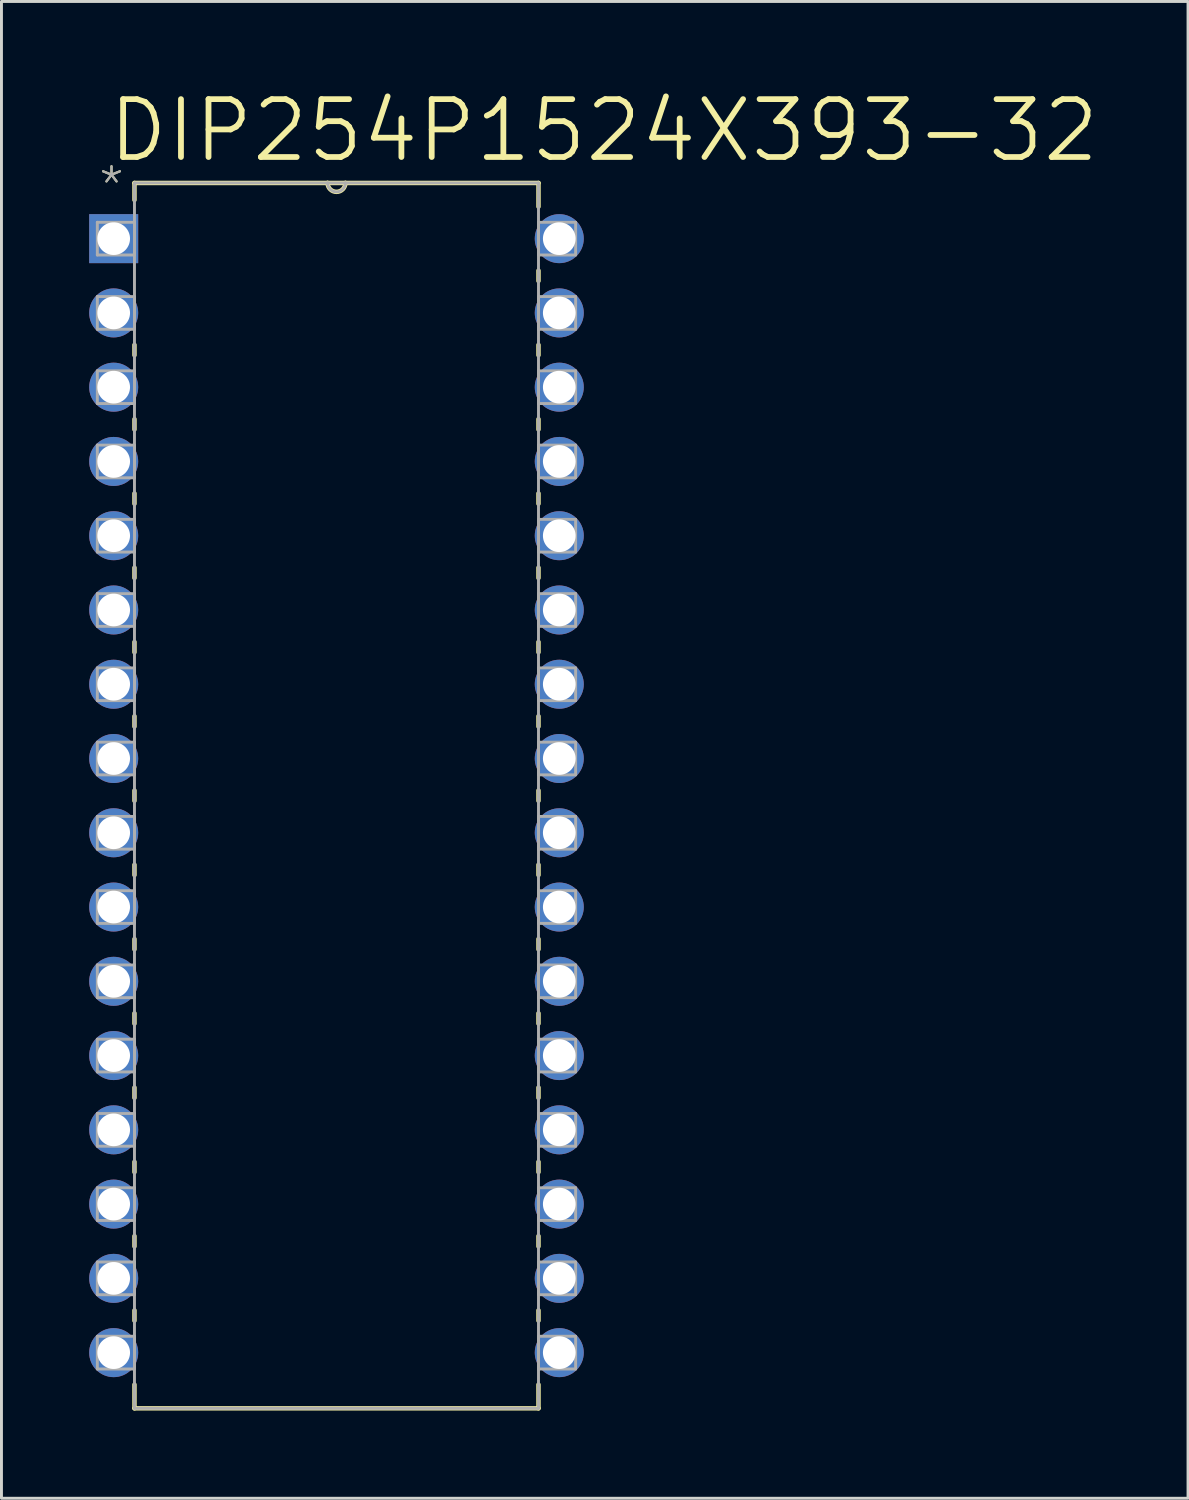
<source format=kicad_pcb>
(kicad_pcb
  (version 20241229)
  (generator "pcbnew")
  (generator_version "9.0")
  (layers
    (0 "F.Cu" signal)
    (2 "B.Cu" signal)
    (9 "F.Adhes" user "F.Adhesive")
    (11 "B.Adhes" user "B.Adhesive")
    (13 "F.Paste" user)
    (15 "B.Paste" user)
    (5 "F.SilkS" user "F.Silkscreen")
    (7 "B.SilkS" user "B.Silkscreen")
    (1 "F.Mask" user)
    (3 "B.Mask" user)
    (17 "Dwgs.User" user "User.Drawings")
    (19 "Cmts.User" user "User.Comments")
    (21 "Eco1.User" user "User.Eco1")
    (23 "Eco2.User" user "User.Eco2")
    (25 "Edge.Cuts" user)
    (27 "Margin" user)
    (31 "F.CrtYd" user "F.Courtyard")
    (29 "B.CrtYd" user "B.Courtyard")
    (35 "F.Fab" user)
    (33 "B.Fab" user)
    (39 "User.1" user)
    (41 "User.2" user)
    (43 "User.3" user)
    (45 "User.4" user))
  (footprint "DIP254P1524X393-32"
    (layer "F.Cu")
    (at 16.078 43.212)
    (property "Reference" "DIP254P1524X393-32" (at -15.519 -40.64 0) (layer "F.SilkS") (effects (font (size 1.979 1.979) (thickness 0.198)) (justify left bottom)))
    (attr through_hole)
    (fp_line (start -14.529 -40.005) (end -14.529 -39.421) (stroke (width 0.152) (type solid)) (layer "F.SilkS"))
    (fp_line (start -14.529 -34.468) (end -14.529 -34.112) (stroke (width 0.152) (type solid)) (layer "F.SilkS"))
    (fp_line (start -14.529 -31.928) (end -14.529 -31.572) (stroke (width 0.152) (type solid)) (layer "F.SilkS"))
    (fp_line (start -14.529 -29.388) (end -14.529 -29.032) (stroke (width 0.152) (type solid)) (layer "F.SilkS"))
    (fp_line (start -14.529 -26.848) (end -14.529 -26.492) (stroke (width 0.152) (type solid)) (layer "F.SilkS"))
    (fp_line (start -14.529 -24.308) (end -14.529 -23.952) (stroke (width 0.152) (type solid)) (layer "F.SilkS"))
    (fp_line (start -14.529 -21.768) (end -14.529 -21.412) (stroke (width 0.152) (type solid)) (layer "F.SilkS"))
    (fp_line (start -14.529 -19.228) (end -14.529 -18.872) (stroke (width 0.152) (type solid)) (layer "F.SilkS"))
    (fp_line (start -14.529 -16.688) (end -14.529 -16.332) (stroke (width 0.152) (type solid)) (layer "F.SilkS"))
    (fp_line (start -14.529 -14.148) (end -14.529 -13.792) (stroke (width 0.152) (type solid)) (layer "F.SilkS"))
    (fp_line (start -14.529 -11.608) (end -14.529 -11.252) (stroke (width 0.152) (type solid)) (layer "F.SilkS"))
    (fp_line (start -14.529 -9.068) (end -14.529 -8.712) (stroke (width 0.152) (type solid)) (layer "F.SilkS"))
    (fp_line (start -14.529 -6.528) (end -14.529 -6.172) (stroke (width 0.152) (type solid)) (layer "F.SilkS"))
    (fp_line (start -14.529 -3.988) (end -14.529 -3.632) (stroke (width 0.152) (type solid)) (layer "F.SilkS"))
    (fp_line (start -14.529 -1.448) (end -14.529 -1.092) (stroke (width 0.152) (type solid)) (layer "F.SilkS"))
    (fp_line (start -14.529 1.092) (end -14.529 1.905) (stroke (width 0.152) (type solid)) (layer "F.SilkS"))
    (fp_line (start -14.529 1.905) (end -0.711 1.905) (stroke (width 0.152) (type solid)) (layer "F.SilkS"))
    (fp_line (start -7.925 -40.005) (end -14.529 -40.005) (stroke (width 0.152) (type solid)) (layer "F.SilkS"))
    (fp_line (start -7.315 -40.005) (end -7.925 -40.005) (stroke (width 0.152) (type solid)) (layer "F.SilkS"))
    (fp_line (start -0.711 -40.005) (end -7.315 -40.005) (stroke (width 0.152) (type solid)) (layer "F.SilkS"))
    (fp_line (start -0.711 -39.192) (end -0.711 -40.005) (stroke (width 0.152) (type solid)) (layer "F.SilkS"))
    (fp_line (start -0.711 -36.652) (end -0.711 -37.008) (stroke (width 0.152) (type solid)) (layer "F.SilkS"))
    (fp_line (start -0.711 -34.112) (end -0.711 -34.468) (stroke (width 0.152) (type solid)) (layer "F.SilkS"))
    (fp_line (start -0.711 -31.572) (end -0.711 -31.928) (stroke (width 0.152) (type solid)) (layer "F.SilkS"))
    (fp_line (start -0.711 -29.032) (end -0.711 -29.388) (stroke (width 0.152) (type solid)) (layer "F.SilkS"))
    (fp_line (start -0.711 -26.492) (end -0.711 -26.848) (stroke (width 0.152) (type solid)) (layer "F.SilkS"))
    (fp_line (start -0.711 -23.952) (end -0.711 -24.308) (stroke (width 0.152) (type solid)) (layer "F.SilkS"))
    (fp_line (start -0.711 -21.412) (end -0.711 -21.768) (stroke (width 0.152) (type solid)) (layer "F.SilkS"))
    (fp_line (start -0.711 -18.872) (end -0.711 -19.228) (stroke (width 0.152) (type solid)) (layer "F.SilkS"))
    (fp_line (start -0.711 -16.332) (end -0.711 -16.688) (stroke (width 0.152) (type solid)) (layer "F.SilkS"))
    (fp_line (start -0.711 -13.792) (end -0.711 -14.148) (stroke (width 0.152) (type solid)) (layer "F.SilkS"))
    (fp_line (start -0.711 -11.252) (end -0.711 -11.608) (stroke (width 0.152) (type solid)) (layer "F.SilkS"))
    (fp_line (start -0.711 -8.712) (end -0.711 -9.068) (stroke (width 0.152) (type solid)) (layer "F.SilkS"))
    (fp_line (start -0.711 -6.172) (end -0.711 -6.528) (stroke (width 0.152) (type solid)) (layer "F.SilkS"))
    (fp_line (start -0.711 -3.632) (end -0.711 -3.988) (stroke (width 0.152) (type solid)) (layer "F.SilkS"))
    (fp_line (start -0.711 -1.092) (end -0.711 -1.448) (stroke (width 0.152) (type solid)) (layer "F.SilkS"))
    (fp_line (start -0.711 1.905) (end -0.711 1.092) (stroke (width 0.152) (type solid)) (layer "F.SilkS"))
    (fp_arc (start -7.3152 -40.005) (mid -7.62 -39.7002) (end -7.9248 -40.005) (stroke (width 0.1524) (type solid)) (layer "F.SilkS"))
    (fp_line (start -15.799 -38.659) (end -15.799 -37.541) (stroke (width 0.1) (type solid)) (layer "F.Fab"))
    (fp_line (start -15.799 -37.541) (end -14.529 -37.541) (stroke (width 0.1) (type solid)) (layer "F.Fab"))
    (fp_line (start -15.799 -36.119) (end -15.799 -35.001) (stroke (width 0.1) (type solid)) (layer "F.Fab"))
    (fp_line (start -15.799 -35.001) (end -14.529 -35.001) (stroke (width 0.1) (type solid)) (layer "F.Fab"))
    (fp_line (start -15.799 -33.579) (end -15.799 -32.461) (stroke (width 0.1) (type solid)) (layer "F.Fab"))
    (fp_line (start -15.799 -32.461) (end -14.529 -32.461) (stroke (width 0.1) (type solid)) (layer "F.Fab"))
    (fp_line (start -15.799 -31.039) (end -15.799 -29.921) (stroke (width 0.1) (type solid)) (layer "F.Fab"))
    (fp_line (start -15.799 -29.921) (end -14.529 -29.921) (stroke (width 0.1) (type solid)) (layer "F.Fab"))
    (fp_line (start -15.799 -28.499) (end -15.799 -27.381) (stroke (width 0.1) (type solid)) (layer "F.Fab"))
    (fp_line (start -15.799 -27.381) (end -14.529 -27.381) (stroke (width 0.1) (type solid)) (layer "F.Fab"))
    (fp_line (start -15.799 -25.959) (end -15.799 -24.841) (stroke (width 0.1) (type solid)) (layer "F.Fab"))
    (fp_line (start -15.799 -24.841) (end -14.529 -24.841) (stroke (width 0.1) (type solid)) (layer "F.Fab"))
    (fp_line (start -15.799 -23.419) (end -15.799 -22.301) (stroke (width 0.1) (type solid)) (layer "F.Fab"))
    (fp_line (start -15.799 -22.301) (end -14.529 -22.301) (stroke (width 0.1) (type solid)) (layer "F.Fab"))
    (fp_line (start -15.799 -20.879) (end -15.799 -19.761) (stroke (width 0.1) (type solid)) (layer "F.Fab"))
    (fp_line (start -15.799 -19.761) (end -14.529 -19.761) (stroke (width 0.1) (type solid)) (layer "F.Fab"))
    (fp_line (start -15.799 -18.339) (end -15.799 -17.221) (stroke (width 0.1) (type solid)) (layer "F.Fab"))
    (fp_line (start -15.799 -17.221) (end -14.529 -17.221) (stroke (width 0.1) (type solid)) (layer "F.Fab"))
    (fp_line (start -15.799 -15.799) (end -15.799 -14.681) (stroke (width 0.1) (type solid)) (layer "F.Fab"))
    (fp_line (start -15.799 -14.681) (end -14.529 -14.681) (stroke (width 0.1) (type solid)) (layer "F.Fab"))
    (fp_line (start -15.799 -13.259) (end -15.799 -12.141) (stroke (width 0.1) (type solid)) (layer "F.Fab"))
    (fp_line (start -15.799 -12.141) (end -14.529 -12.141) (stroke (width 0.1) (type solid)) (layer "F.Fab"))
    (fp_line (start -15.799 -10.719) (end -15.799 -9.601) (stroke (width 0.1) (type solid)) (layer "F.Fab"))
    (fp_line (start -15.799 -9.601) (end -14.529 -9.601) (stroke (width 0.1) (type solid)) (layer "F.Fab"))
    (fp_line (start -15.799 -8.179) (end -15.799 -7.061) (stroke (width 0.1) (type solid)) (layer "F.Fab"))
    (fp_line (start -15.799 -7.061) (end -14.529 -7.061) (stroke (width 0.1) (type solid)) (layer "F.Fab"))
    (fp_line (start -15.799 -5.639) (end -15.799 -4.521) (stroke (width 0.1) (type solid)) (layer "F.Fab"))
    (fp_line (start -15.799 -4.521) (end -14.529 -4.521) (stroke (width 0.1) (type solid)) (layer "F.Fab"))
    (fp_line (start -15.799 -3.099) (end -15.799 -1.981) (stroke (width 0.1) (type solid)) (layer "F.Fab"))
    (fp_line (start -15.799 -1.981) (end -14.529 -1.981) (stroke (width 0.1) (type solid)) (layer "F.Fab"))
    (fp_line (start -15.799 -0.559) (end -15.799 0.559) (stroke (width 0.1) (type solid)) (layer "F.Fab"))
    (fp_line (start -15.799 0.559) (end -14.529 0.559) (stroke (width 0.1) (type solid)) (layer "F.Fab"))
    (fp_line (start -14.529 -40.005) (end -14.529 1.905) (stroke (width 0.1) (type solid)) (layer "F.Fab"))
    (fp_line (start -14.529 -38.659) (end -15.799 -38.659) (stroke (width 0.1) (type solid)) (layer "F.Fab"))
    (fp_line (start -14.529 -37.541) (end -14.529 -38.659) (stroke (width 0.1) (type solid)) (layer "F.Fab"))
    (fp_line (start -14.529 -36.119) (end -15.799 -36.119) (stroke (width 0.1) (type solid)) (layer "F.Fab"))
    (fp_line (start -14.529 -35.001) (end -14.529 -36.119) (stroke (width 0.1) (type solid)) (layer "F.Fab"))
    (fp_line (start -14.529 -33.579) (end -15.799 -33.579) (stroke (width 0.1) (type solid)) (layer "F.Fab"))
    (fp_line (start -14.529 -32.461) (end -14.529 -33.579) (stroke (width 0.1) (type solid)) (layer "F.Fab"))
    (fp_line (start -14.529 -31.039) (end -15.799 -31.039) (stroke (width 0.1) (type solid)) (layer "F.Fab"))
    (fp_line (start -14.529 -29.921) (end -14.529 -31.039) (stroke (width 0.1) (type solid)) (layer "F.Fab"))
    (fp_line (start -14.529 -28.499) (end -15.799 -28.499) (stroke (width 0.1) (type solid)) (layer "F.Fab"))
    (fp_line (start -14.529 -27.381) (end -14.529 -28.499) (stroke (width 0.1) (type solid)) (layer "F.Fab"))
    (fp_line (start -14.529 -25.959) (end -15.799 -25.959) (stroke (width 0.1) (type solid)) (layer "F.Fab"))
    (fp_line (start -14.529 -24.841) (end -14.529 -25.959) (stroke (width 0.1) (type solid)) (layer "F.Fab"))
    (fp_line (start -14.529 -23.419) (end -15.799 -23.419) (stroke (width 0.1) (type solid)) (layer "F.Fab"))
    (fp_line (start -14.529 -22.301) (end -14.529 -23.419) (stroke (width 0.1) (type solid)) (layer "F.Fab"))
    (fp_line (start -14.529 -20.879) (end -15.799 -20.879) (stroke (width 0.1) (type solid)) (layer "F.Fab"))
    (fp_line (start -14.529 -19.761) (end -14.529 -20.879) (stroke (width 0.1) (type solid)) (layer "F.Fab"))
    (fp_line (start -14.529 -18.339) (end -15.799 -18.339) (stroke (width 0.1) (type solid)) (layer "F.Fab"))
    (fp_line (start -14.529 -17.221) (end -14.529 -18.339) (stroke (width 0.1) (type solid)) (layer "F.Fab"))
    (fp_line (start -14.529 -15.799) (end -15.799 -15.799) (stroke (width 0.1) (type solid)) (layer "F.Fab"))
    (fp_line (start -14.529 -14.681) (end -14.529 -15.799) (stroke (width 0.1) (type solid)) (layer "F.Fab"))
    (fp_line (start -14.529 -13.259) (end -15.799 -13.259) (stroke (width 0.1) (type solid)) (layer "F.Fab"))
    (fp_line (start -14.529 -12.141) (end -14.529 -13.259) (stroke (width 0.1) (type solid)) (layer "F.Fab"))
    (fp_line (start -14.529 -10.719) (end -15.799 -10.719) (stroke (width 0.1) (type solid)) (layer "F.Fab"))
    (fp_line (start -14.529 -9.601) (end -14.529 -10.719) (stroke (width 0.1) (type solid)) (layer "F.Fab"))
    (fp_line (start -14.529 -8.179) (end -15.799 -8.179) (stroke (width 0.1) (type solid)) (layer "F.Fab"))
    (fp_line (start -14.529 -7.061) (end -14.529 -8.179) (stroke (width 0.1) (type solid)) (layer "F.Fab"))
    (fp_line (start -14.529 -5.639) (end -15.799 -5.639) (stroke (width 0.1) (type solid)) (layer "F.Fab"))
    (fp_line (start -14.529 -4.521) (end -14.529 -5.639) (stroke (width 0.1) (type solid)) (layer "F.Fab"))
    (fp_line (start -14.529 -3.099) (end -15.799 -3.099) (stroke (width 0.1) (type solid)) (layer "F.Fab"))
    (fp_line (start -14.529 -1.981) (end -14.529 -3.099) (stroke (width 0.1) (type solid)) (layer "F.Fab"))
    (fp_line (start -14.529 -0.559) (end -15.799 -0.559) (stroke (width 0.1) (type solid)) (layer "F.Fab"))
    (fp_line (start -14.529 0.559) (end -14.529 -0.559) (stroke (width 0.1) (type solid)) (layer "F.Fab"))
    (fp_line (start -14.529 1.905) (end -0.711 1.905) (stroke (width 0.1) (type solid)) (layer "F.Fab"))
    (fp_line (start -7.925 -40.005) (end -14.529 -40.005) (stroke (width 0.1) (type solid)) (layer "F.Fab"))
    (fp_line (start -7.315 -40.005) (end -7.925 -40.005) (stroke (width 0.1) (type solid)) (layer "F.Fab"))
    (fp_line (start -0.711 -40.005) (end -7.315 -40.005) (stroke (width 0.1) (type solid)) (layer "F.Fab"))
    (fp_line (start -0.711 -38.659) (end -0.711 -37.541) (stroke (width 0.1) (type solid)) (layer "F.Fab"))
    (fp_line (start -0.711 -37.541) (end 0.559 -37.541) (stroke (width 0.1) (type solid)) (layer "F.Fab"))
    (fp_line (start -0.711 -36.119) (end -0.711 -35.001) (stroke (width 0.1) (type solid)) (layer "F.Fab"))
    (fp_line (start -0.711 -35.001) (end 0.559 -35.001) (stroke (width 0.1) (type solid)) (layer "F.Fab"))
    (fp_line (start -0.711 -33.579) (end -0.711 -32.461) (stroke (width 0.1) (type solid)) (layer "F.Fab"))
    (fp_line (start -0.711 -32.461) (end 0.559 -32.461) (stroke (width 0.1) (type solid)) (layer "F.Fab"))
    (fp_line (start -0.711 -31.039) (end -0.711 -29.921) (stroke (width 0.1) (type solid)) (layer "F.Fab"))
    (fp_line (start -0.711 -29.921) (end 0.559 -29.921) (stroke (width 0.1) (type solid)) (layer "F.Fab"))
    (fp_line (start -0.711 -28.499) (end -0.711 -27.381) (stroke (width 0.1) (type solid)) (layer "F.Fab"))
    (fp_line (start -0.711 -27.381) (end 0.559 -27.381) (stroke (width 0.1) (type solid)) (layer "F.Fab"))
    (fp_line (start -0.711 -25.959) (end -0.711 -24.841) (stroke (width 0.1) (type solid)) (layer "F.Fab"))
    (fp_line (start -0.711 -24.841) (end 0.559 -24.841) (stroke (width 0.1) (type solid)) (layer "F.Fab"))
    (fp_line (start -0.711 -23.419) (end -0.711 -22.301) (stroke (width 0.1) (type solid)) (layer "F.Fab"))
    (fp_line (start -0.711 -22.301) (end 0.559 -22.301) (stroke (width 0.1) (type solid)) (layer "F.Fab"))
    (fp_line (start -0.711 -20.879) (end -0.711 -19.761) (stroke (width 0.1) (type solid)) (layer "F.Fab"))
    (fp_line (start -0.711 -19.761) (end 0.559 -19.761) (stroke (width 0.1) (type solid)) (layer "F.Fab"))
    (fp_line (start -0.711 -18.339) (end -0.711 -17.221) (stroke (width 0.1) (type solid)) (layer "F.Fab"))
    (fp_line (start -0.711 -17.221) (end 0.559 -17.221) (stroke (width 0.1) (type solid)) (layer "F.Fab"))
    (fp_line (start -0.711 -15.799) (end -0.711 -14.681) (stroke (width 0.1) (type solid)) (layer "F.Fab"))
    (fp_line (start -0.711 -14.681) (end 0.559 -14.681) (stroke (width 0.1) (type solid)) (layer "F.Fab"))
    (fp_line (start -0.711 -13.259) (end -0.711 -12.141) (stroke (width 0.1) (type solid)) (layer "F.Fab"))
    (fp_line (start -0.711 -12.141) (end 0.559 -12.141) (stroke (width 0.1) (type solid)) (layer "F.Fab"))
    (fp_line (start -0.711 -10.719) (end -0.711 -9.601) (stroke (width 0.1) (type solid)) (layer "F.Fab"))
    (fp_line (start -0.711 -9.601) (end 0.559 -9.601) (stroke (width 0.1) (type solid)) (layer "F.Fab"))
    (fp_line (start -0.711 -8.179) (end -0.711 -7.061) (stroke (width 0.1) (type solid)) (layer "F.Fab"))
    (fp_line (start -0.711 -7.061) (end 0.559 -7.061) (stroke (width 0.1) (type solid)) (layer "F.Fab"))
    (fp_line (start -0.711 -5.639) (end -0.711 -4.521) (stroke (width 0.1) (type solid)) (layer "F.Fab"))
    (fp_line (start -0.711 -4.521) (end 0.559 -4.521) (stroke (width 0.1) (type solid)) (layer "F.Fab"))
    (fp_line (start -0.711 -3.099) (end -0.711 -1.981) (stroke (width 0.1) (type solid)) (layer "F.Fab"))
    (fp_line (start -0.711 -1.981) (end 0.559 -1.981) (stroke (width 0.1) (type solid)) (layer "F.Fab"))
    (fp_line (start -0.711 -0.559) (end -0.711 0.559) (stroke (width 0.1) (type solid)) (layer "F.Fab"))
    (fp_line (start -0.711 0.559) (end 0.559 0.559) (stroke (width 0.1) (type solid)) (layer "F.Fab"))
    (fp_line (start -0.711 1.905) (end -0.711 -40.005) (stroke (width 0.1) (type solid)) (layer "F.Fab"))
    (fp_line (start 0.559 -38.659) (end -0.711 -38.659) (stroke (width 0.1) (type solid)) (layer "F.Fab"))
    (fp_line (start 0.559 -37.541) (end 0.559 -38.659) (stroke (width 0.1) (type solid)) (layer "F.Fab"))
    (fp_line (start 0.559 -36.119) (end -0.711 -36.119) (stroke (width 0.1) (type solid)) (layer "F.Fab"))
    (fp_line (start 0.559 -35.001) (end 0.559 -36.119) (stroke (width 0.1) (type solid)) (layer "F.Fab"))
    (fp_line (start 0.559 -33.579) (end -0.711 -33.579) (stroke (width 0.1) (type solid)) (layer "F.Fab"))
    (fp_line (start 0.559 -32.461) (end 0.559 -33.579) (stroke (width 0.1) (type solid)) (layer "F.Fab"))
    (fp_line (start 0.559 -31.039) (end -0.711 -31.039) (stroke (width 0.1) (type solid)) (layer "F.Fab"))
    (fp_line (start 0.559 -29.921) (end 0.559 -31.039) (stroke (width 0.1) (type solid)) (layer "F.Fab"))
    (fp_line (start 0.559 -28.499) (end -0.711 -28.499) (stroke (width 0.1) (type solid)) (layer "F.Fab"))
    (fp_line (start 0.559 -27.381) (end 0.559 -28.499) (stroke (width 0.1) (type solid)) (layer "F.Fab"))
    (fp_line (start 0.559 -25.959) (end -0.711 -25.959) (stroke (width 0.1) (type solid)) (layer "F.Fab"))
    (fp_line (start 0.559 -24.841) (end 0.559 -25.959) (stroke (width 0.1) (type solid)) (layer "F.Fab"))
    (fp_line (start 0.559 -23.419) (end -0.711 -23.419) (stroke (width 0.1) (type solid)) (layer "F.Fab"))
    (fp_line (start 0.559 -22.301) (end 0.559 -23.419) (stroke (width 0.1) (type solid)) (layer "F.Fab"))
    (fp_line (start 0.559 -20.879) (end -0.711 -20.879) (stroke (width 0.1) (type solid)) (layer "F.Fab"))
    (fp_line (start 0.559 -19.761) (end 0.559 -20.879) (stroke (width 0.1) (type solid)) (layer "F.Fab"))
    (fp_line (start 0.559 -18.339) (end -0.711 -18.339) (stroke (width 0.1) (type solid)) (layer "F.Fab"))
    (fp_line (start 0.559 -17.221) (end 0.559 -18.339) (stroke (width 0.1) (type solid)) (layer "F.Fab"))
    (fp_line (start 0.559 -15.799) (end -0.711 -15.799) (stroke (width 0.1) (type solid)) (layer "F.Fab"))
    (fp_line (start 0.559 -14.681) (end 0.559 -15.799) (stroke (width 0.1) (type solid)) (layer "F.Fab"))
    (fp_line (start 0.559 -13.259) (end -0.711 -13.259) (stroke (width 0.1) (type solid)) (layer "F.Fab"))
    (fp_line (start 0.559 -12.141) (end 0.559 -13.259) (stroke (width 0.1) (type solid)) (layer "F.Fab"))
    (fp_line (start 0.559 -10.719) (end -0.711 -10.719) (stroke (width 0.1) (type solid)) (layer "F.Fab"))
    (fp_line (start 0.559 -9.601) (end 0.559 -10.719) (stroke (width 0.1) (type solid)) (layer "F.Fab"))
    (fp_line (start 0.559 -8.179) (end -0.711 -8.179) (stroke (width 0.1) (type solid)) (layer "F.Fab"))
    (fp_line (start 0.559 -7.061) (end 0.559 -8.179) (stroke (width 0.1) (type solid)) (layer "F.Fab"))
    (fp_line (start 0.559 -5.639) (end -0.711 -5.639) (stroke (width 0.1) (type solid)) (layer "F.Fab"))
    (fp_line (start 0.559 -4.521) (end 0.559 -5.639) (stroke (width 0.1) (type solid)) (layer "F.Fab"))
    (fp_line (start 0.559 -3.099) (end -0.711 -3.099) (stroke (width 0.1) (type solid)) (layer "F.Fab"))
    (fp_line (start 0.559 -1.981) (end 0.559 -3.099) (stroke (width 0.1) (type solid)) (layer "F.Fab"))
    (fp_line (start 0.559 -0.559) (end -0.711 -0.559) (stroke (width 0.1) (type solid)) (layer "F.Fab"))
    (fp_line (start 0.559 0.559) (end 0.559 -0.559) (stroke (width 0.1) (type solid)) (layer "F.Fab"))
    (fp_arc (start -7.3152 -40.005) (mid -7.62 -39.7002) (end -7.9248 -40.005) (stroke (width 0.1) (type solid)) (layer "F.Fab"))
    (fp_text user "*" (at -15.824 -39.218 0) (layer "F.SilkS") (effects (font (size 1.206 1.206) (thickness 0.076)) (justify left bottom)))
    (fp_text user "*" (at -15.824 -39.218 0) (layer "F.Fab") (effects (font (size 1.206 1.206) (thickness 0.076)) (justify left bottom)))
    (pad "1" thru_hole rect (at -15.24 -38.1) (size 1.676 1.676) (drill 1.118) (layers "*.Cu" "*.Mask"))
    (pad "2" thru_hole circle (at -15.24 -35.56) (size 1.676 1.676) (drill 1.118) (layers "*.Cu" "*.Mask"))
    (pad "3" thru_hole circle (at -15.24 -33.02) (size 1.676 1.676) (drill 1.118) (layers "*.Cu" "*.Mask"))
    (pad "4" thru_hole circle (at -15.24 -30.48) (size 1.676 1.676) (drill 1.118) (layers "*.Cu" "*.Mask"))
    (pad "5" thru_hole circle (at -15.24 -27.94) (size 1.676 1.676) (drill 1.118) (layers "*.Cu" "*.Mask"))
    (pad "6" thru_hole circle (at -15.24 -25.4) (size 1.676 1.676) (drill 1.118) (layers "*.Cu" "*.Mask"))
    (pad "7" thru_hole circle (at -15.24 -22.86) (size 1.676 1.676) (drill 1.118) (layers "*.Cu" "*.Mask"))
    (pad "8" thru_hole circle (at -15.24 -20.32) (size 1.676 1.676) (drill 1.118) (layers "*.Cu" "*.Mask"))
    (pad "9" thru_hole circle (at -15.24 -17.78) (size 1.676 1.676) (drill 1.118) (layers "*.Cu" "*.Mask"))
    (pad "10" thru_hole circle (at -15.24 -15.24) (size 1.676 1.676) (drill 1.118) (layers "*.Cu" "*.Mask"))
    (pad "11" thru_hole circle (at -15.24 -12.7) (size 1.676 1.676) (drill 1.118) (layers "*.Cu" "*.Mask"))
    (pad "12" thru_hole circle (at -15.24 -10.16) (size 1.676 1.676) (drill 1.118) (layers "*.Cu" "*.Mask"))
    (pad "13" thru_hole circle (at -15.24 -7.62) (size 1.676 1.676) (drill 1.118) (layers "*.Cu" "*.Mask"))
    (pad "14" thru_hole circle (at -15.24 -5.08) (size 1.676 1.676) (drill 1.118) (layers "*.Cu" "*.Mask"))
    (pad "15" thru_hole circle (at -15.24 -2.54) (size 1.676 1.676) (drill 1.118) (layers "*.Cu" "*.Mask"))
    (pad "16" thru_hole circle (at -15.24 0) (size 1.676 1.676) (drill 1.118) (layers "*.Cu" "*.Mask"))
    (pad "17" thru_hole circle (at 0 0) (size 1.676 1.676) (drill 1.118) (layers "*.Cu" "*.Mask"))
    (pad "18" thru_hole circle (at 0 -2.54) (size 1.676 1.676) (drill 1.118) (layers "*.Cu" "*.Mask"))
    (pad "19" thru_hole circle (at 0 -5.08) (size 1.676 1.676) (drill 1.118) (layers "*.Cu" "*.Mask"))
    (pad "20" thru_hole circle (at 0 -7.62) (size 1.676 1.676) (drill 1.118) (layers "*.Cu" "*.Mask"))
    (pad "21" thru_hole circle (at 0 -10.16) (size 1.676 1.676) (drill 1.118) (layers "*.Cu" "*.Mask"))
    (pad "22" thru_hole circle (at 0 -12.7) (size 1.676 1.676) (drill 1.118) (layers "*.Cu" "*.Mask"))
    (pad "23" thru_hole circle (at 0 -15.24) (size 1.676 1.676) (drill 1.118) (layers "*.Cu" "*.Mask"))
    (pad "24" thru_hole circle (at 0 -17.78) (size 1.676 1.676) (drill 1.118) (layers "*.Cu" "*.Mask"))
    (pad "25" thru_hole circle (at 0 -20.32) (size 1.676 1.676) (drill 1.118) (layers "*.Cu" "*.Mask"))
    (pad "26" thru_hole circle (at 0 -22.86) (size 1.676 1.676) (drill 1.118) (layers "*.Cu" "*.Mask"))
    (pad "27" thru_hole circle (at 0 -25.4) (size 1.676 1.676) (drill 1.118) (layers "*.Cu" "*.Mask"))
    (pad "28" thru_hole circle (at 0 -27.94) (size 1.676 1.676) (drill 1.118) (layers "*.Cu" "*.Mask"))
    (pad "29" thru_hole circle (at 0 -30.48) (size 1.676 1.676) (drill 1.118) (layers "*.Cu" "*.Mask"))
    (pad "30" thru_hole circle (at 0 -33.02) (size 1.676 1.676) (drill 1.118) (layers "*.Cu" "*.Mask"))
    (pad "31" thru_hole circle (at 0 -35.56) (size 1.676 1.676) (drill 1.118) (layers "*.Cu" "*.Mask"))
    (pad "32" thru_hole circle (at 0 -38.1) (size 1.676 1.676) (drill 1.118) (layers "*.Cu" "*.Mask")))
  (gr_rect
    (start -3 -3)
    (end 37.582 48.193)
    (stroke (width 0.1) (type default))
    (fill no)
    (layer "Edge.Cuts")))
</source>
